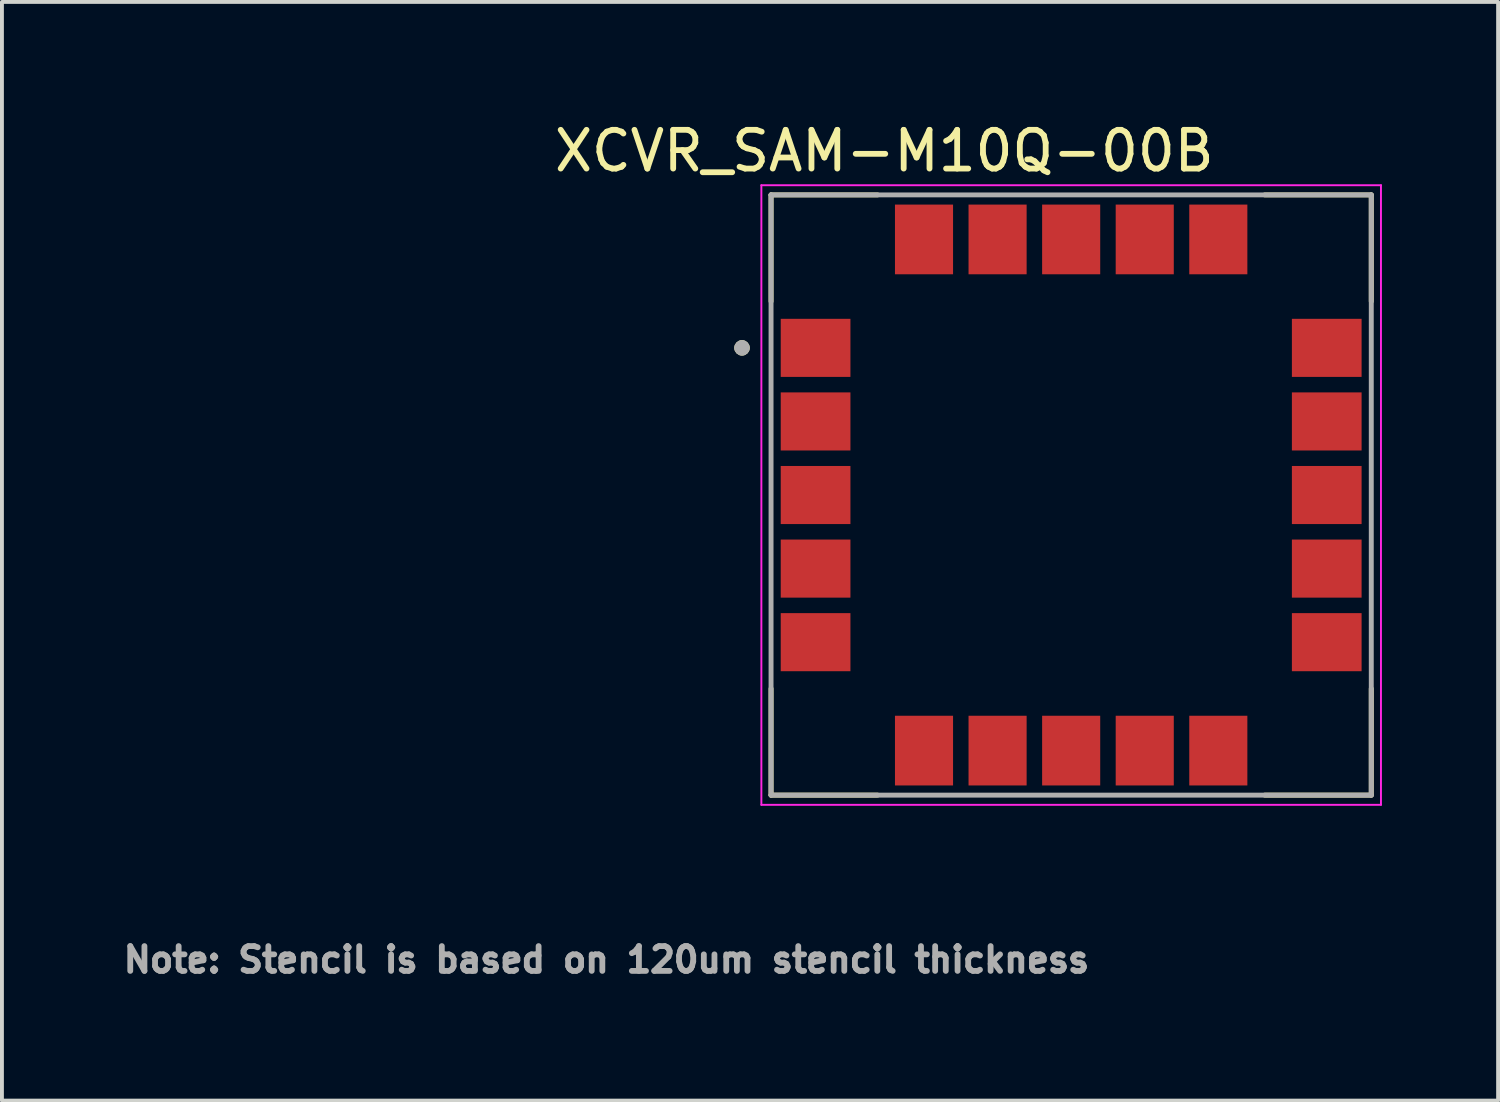
<source format=kicad_pcb>
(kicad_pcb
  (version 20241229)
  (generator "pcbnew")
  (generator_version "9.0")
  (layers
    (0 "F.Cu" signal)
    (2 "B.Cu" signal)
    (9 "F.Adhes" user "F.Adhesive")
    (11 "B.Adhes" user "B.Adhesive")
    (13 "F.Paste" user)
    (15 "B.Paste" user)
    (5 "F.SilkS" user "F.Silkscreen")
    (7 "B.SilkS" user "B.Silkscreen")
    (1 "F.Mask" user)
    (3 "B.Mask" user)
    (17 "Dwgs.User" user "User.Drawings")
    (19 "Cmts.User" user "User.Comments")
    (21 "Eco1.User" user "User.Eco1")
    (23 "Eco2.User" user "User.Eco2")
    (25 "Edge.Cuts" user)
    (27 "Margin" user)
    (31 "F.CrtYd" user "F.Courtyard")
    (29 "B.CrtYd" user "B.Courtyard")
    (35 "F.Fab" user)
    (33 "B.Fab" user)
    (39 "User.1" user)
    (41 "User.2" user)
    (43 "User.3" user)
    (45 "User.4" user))
  (footprint "XCVR_SAM-M10Q-00B"
    (layer "F.Cu")
    (at 24.611 9.733)
    (property "Reference" "XCVR_SAM-M10Q-00B" (at -4.825 -8.885 0) (layer "F.SilkS") (effects (font (size 1 1) (thickness 0.15))))
    (attr smd)
    (fp_poly (pts (xy -7.55 -4.6) (xy -5.65 -4.6) (xy -5.65 -3) (xy -7.55 -3)) (stroke (width 0.01) (type solid)) (fill yes) (layer "F.Mask"))
    (fp_poly (pts (xy -7.55 -2.7) (xy -5.65 -2.7) (xy -5.65 -1.1) (xy -7.55 -1.1)) (stroke (width 0.01) (type solid)) (fill yes) (layer "F.Mask"))
    (fp_poly (pts (xy -7.55 -0.8) (xy -5.65 -0.8) (xy -5.65 0.8) (xy -7.55 0.8)) (stroke (width 0.01) (type solid)) (fill yes) (layer "F.Mask"))
    (fp_poly (pts (xy -7.55 1.1) (xy -5.65 1.1) (xy -5.65 2.7) (xy -7.55 2.7)) (stroke (width 0.01) (type solid)) (fill yes) (layer "F.Mask"))
    (fp_poly (pts (xy -7.55 3) (xy -5.65 3) (xy -5.65 4.6) (xy -7.55 4.6)) (stroke (width 0.01) (type solid)) (fill yes) (layer "F.Mask"))
    (fp_poly (pts (xy -4.6 -7.55) (xy -3 -7.55) (xy -3 -5.65) (xy -4.6 -5.65)) (stroke (width 0.01) (type solid)) (fill yes) (layer "F.Mask"))
    (fp_poly (pts (xy -4.6 5.65) (xy -3 5.65) (xy -3 7.55) (xy -4.6 7.55)) (stroke (width 0.01) (type solid)) (fill yes) (layer "F.Mask"))
    (fp_poly (pts (xy -2.7 -7.55) (xy -1.1 -7.55) (xy -1.1 -5.65) (xy -2.7 -5.65)) (stroke (width 0.01) (type solid)) (fill yes) (layer "F.Mask"))
    (fp_poly (pts (xy -2.7 5.65) (xy -1.1 5.65) (xy -1.1 7.55) (xy -2.7 7.55)) (stroke (width 0.01) (type solid)) (fill yes) (layer "F.Mask"))
    (fp_poly (pts (xy -0.8 -7.55) (xy 0.8 -7.55) (xy 0.8 -5.65) (xy -0.8 -5.65)) (stroke (width 0.01) (type solid)) (fill yes) (layer "F.Mask"))
    (fp_poly (pts (xy -0.8 5.65) (xy 0.8 5.65) (xy 0.8 7.55) (xy -0.8 7.55)) (stroke (width 0.01) (type solid)) (fill yes) (layer "F.Mask"))
    (fp_poly (pts (xy 1.1 -7.55) (xy 2.7 -7.55) (xy 2.7 -5.65) (xy 1.1 -5.65)) (stroke (width 0.01) (type solid)) (fill yes) (layer "F.Mask"))
    (fp_poly (pts (xy 1.1 5.65) (xy 2.7 5.65) (xy 2.7 7.55) (xy 1.1 7.55)) (stroke (width 0.01) (type solid)) (fill yes) (layer "F.Mask"))
    (fp_poly (pts (xy 3 -7.55) (xy 4.6 -7.55) (xy 4.6 -5.65) (xy 3 -5.65)) (stroke (width 0.01) (type solid)) (fill yes) (layer "F.Mask"))
    (fp_poly (pts (xy 3 5.65) (xy 4.6 5.65) (xy 4.6 7.55) (xy 3 7.55)) (stroke (width 0.01) (type solid)) (fill yes) (layer "F.Mask"))
    (fp_poly (pts (xy 5.65 -4.6) (xy 7.55 -4.6) (xy 7.55 -3) (xy 5.65 -3)) (stroke (width 0.01) (type solid)) (fill yes) (layer "F.Mask"))
    (fp_poly (pts (xy 5.65 -2.7) (xy 7.55 -2.7) (xy 7.55 -1.1) (xy 5.65 -1.1)) (stroke (width 0.01) (type solid)) (fill yes) (layer "F.Mask"))
    (fp_poly (pts (xy 5.65 -0.8) (xy 7.55 -0.8) (xy 7.55 0.8) (xy 5.65 0.8)) (stroke (width 0.01) (type solid)) (fill yes) (layer "F.Mask"))
    (fp_poly (pts (xy 5.65 1.1) (xy 7.55 1.1) (xy 7.55 2.7) (xy 5.65 2.7)) (stroke (width 0.01) (type solid)) (fill yes) (layer "F.Mask"))
    (fp_poly (pts (xy 5.65 3) (xy 7.55 3) (xy 7.55 4.6) (xy 5.65 4.6)) (stroke (width 0.01) (type solid)) (fill yes) (layer "F.Mask"))
    (fp_line (start -7.75 -7.75) (end -7.75 -5) (stroke (width 0.127) (type solid)) (layer "F.SilkS"))
    (fp_line (start -7.75 -7.75) (end -5 -7.75) (stroke (width 0.127) (type solid)) (layer "F.SilkS"))
    (fp_line (start -7.75 7.75) (end -7.75 5) (stroke (width 0.127) (type solid)) (layer "F.SilkS"))
    (fp_line (start -7.75 7.75) (end -5 7.75) (stroke (width 0.127) (type solid)) (layer "F.SilkS"))
    (fp_line (start 7.75 -7.75) (end 5 -7.75) (stroke (width 0.127) (type solid)) (layer "F.SilkS"))
    (fp_line (start 7.75 -7.75) (end 7.75 -5) (stroke (width 0.127) (type solid)) (layer "F.SilkS"))
    (fp_line (start 7.75 7.75) (end 5 7.75) (stroke (width 0.127) (type solid)) (layer "F.SilkS"))
    (fp_line (start 7.75 7.75) (end 7.75 5) (stroke (width 0.127) (type solid)) (layer "F.SilkS"))
    (fp_circle (center -8.5 -3.8) (end -8.4 -3.8) (stroke (width 0.2) (type solid)) (fill no) (layer "F.SilkS"))
    (fp_poly (pts (xy -7.46 -4.52) (xy -6.74 -4.52) (xy -6.74 -3.94) (xy -7.46 -3.94)) (stroke (width 0.01) (type solid)) (fill yes) (layer "F.Paste"))
    (fp_poly (pts (xy -7.46 -3.66) (xy -6.74 -3.66) (xy -6.74 -3.08) (xy -7.46 -3.08)) (stroke (width 0.01) (type solid)) (fill yes) (layer "F.Paste"))
    (fp_poly (pts (xy -7.46 -2.62) (xy -6.74 -2.62) (xy -6.74 -2.04) (xy -7.46 -2.04)) (stroke (width 0.01) (type solid)) (fill yes) (layer "F.Paste"))
    (fp_poly (pts (xy -7.46 -1.76) (xy -6.74 -1.76) (xy -6.74 -1.18) (xy -7.46 -1.18)) (stroke (width 0.01) (type solid)) (fill yes) (layer "F.Paste"))
    (fp_poly (pts (xy -7.46 -0.72) (xy -6.74 -0.72) (xy -6.74 -0.14) (xy -7.46 -0.14)) (stroke (width 0.01) (type solid)) (fill yes) (layer "F.Paste"))
    (fp_poly (pts (xy -7.46 0.14) (xy -6.74 0.14) (xy -6.74 0.72) (xy -7.46 0.72)) (stroke (width 0.01) (type solid)) (fill yes) (layer "F.Paste"))
    (fp_poly (pts (xy -7.46 1.18) (xy -6.74 1.18) (xy -6.74 1.76) (xy -7.46 1.76)) (stroke (width 0.01) (type solid)) (fill yes) (layer "F.Paste"))
    (fp_poly (pts (xy -7.46 2.04) (xy -6.74 2.04) (xy -6.74 2.62) (xy -7.46 2.62)) (stroke (width 0.01) (type solid)) (fill yes) (layer "F.Paste"))
    (fp_poly (pts (xy -7.46 3.08) (xy -6.74 3.08) (xy -6.74 3.66) (xy -7.46 3.66)) (stroke (width 0.01) (type solid)) (fill yes) (layer "F.Paste"))
    (fp_poly (pts (xy -7.46 3.94) (xy -6.74 3.94) (xy -6.74 4.52) (xy -7.46 4.52)) (stroke (width 0.01) (type solid)) (fill yes) (layer "F.Paste"))
    (fp_poly (pts (xy -6.46 -4.52) (xy -5.74 -4.52) (xy -5.74 -3.94) (xy -6.46 -3.94)) (stroke (width 0.01) (type solid)) (fill yes) (layer "F.Paste"))
    (fp_poly (pts (xy -6.46 -3.66) (xy -5.74 -3.66) (xy -5.74 -3.08) (xy -6.46 -3.08)) (stroke (width 0.01) (type solid)) (fill yes) (layer "F.Paste"))
    (fp_poly (pts (xy -6.46 -2.62) (xy -5.74 -2.62) (xy -5.74 -2.04) (xy -6.46 -2.04)) (stroke (width 0.01) (type solid)) (fill yes) (layer "F.Paste"))
    (fp_poly (pts (xy -6.46 -1.76) (xy -5.74 -1.76) (xy -5.74 -1.18) (xy -6.46 -1.18)) (stroke (width 0.01) (type solid)) (fill yes) (layer "F.Paste"))
    (fp_poly (pts (xy -6.46 -0.72) (xy -5.74 -0.72) (xy -5.74 -0.14) (xy -6.46 -0.14)) (stroke (width 0.01) (type solid)) (fill yes) (layer "F.Paste"))
    (fp_poly (pts (xy -6.46 0.14) (xy -5.74 0.14) (xy -5.74 0.72) (xy -6.46 0.72)) (stroke (width 0.01) (type solid)) (fill yes) (layer "F.Paste"))
    (fp_poly (pts (xy -6.46 1.18) (xy -5.74 1.18) (xy -5.74 1.76) (xy -6.46 1.76)) (stroke (width 0.01) (type solid)) (fill yes) (layer "F.Paste"))
    (fp_poly (pts (xy -6.46 2.04) (xy -5.74 2.04) (xy -5.74 2.62) (xy -6.46 2.62)) (stroke (width 0.01) (type solid)) (fill yes) (layer "F.Paste"))
    (fp_poly (pts (xy -6.46 3.08) (xy -5.74 3.08) (xy -5.74 3.66) (xy -6.46 3.66)) (stroke (width 0.01) (type solid)) (fill yes) (layer "F.Paste"))
    (fp_poly (pts (xy -6.46 3.94) (xy -5.74 3.94) (xy -5.74 4.52) (xy -6.46 4.52)) (stroke (width 0.01) (type solid)) (fill yes) (layer "F.Paste"))
    (fp_poly (pts (xy -4.52 -7.46) (xy -3.94 -7.46) (xy -3.94 -6.74) (xy -4.52 -6.74)) (stroke (width 0.01) (type solid)) (fill yes) (layer "F.Paste"))
    (fp_poly (pts (xy -4.52 -6.46) (xy -3.94 -6.46) (xy -3.94 -5.74) (xy -4.52 -5.74)) (stroke (width 0.01) (type solid)) (fill yes) (layer "F.Paste"))
    (fp_poly (pts (xy -4.52 5.74) (xy -3.94 5.74) (xy -3.94 6.46) (xy -4.52 6.46)) (stroke (width 0.01) (type solid)) (fill yes) (layer "F.Paste"))
    (fp_poly (pts (xy -4.52 6.74) (xy -3.94 6.74) (xy -3.94 7.46) (xy -4.52 7.46)) (stroke (width 0.01) (type solid)) (fill yes) (layer "F.Paste"))
    (fp_poly (pts (xy -3.66 -7.46) (xy -3.08 -7.46) (xy -3.08 -6.74) (xy -3.66 -6.74)) (stroke (width 0.01) (type solid)) (fill yes) (layer "F.Paste"))
    (fp_poly (pts (xy -3.66 -6.46) (xy -3.08 -6.46) (xy -3.08 -5.74) (xy -3.66 -5.74)) (stroke (width 0.01) (type solid)) (fill yes) (layer "F.Paste"))
    (fp_poly (pts (xy -3.66 5.74) (xy -3.08 5.74) (xy -3.08 6.46) (xy -3.66 6.46)) (stroke (width 0.01) (type solid)) (fill yes) (layer "F.Paste"))
    (fp_poly (pts (xy -3.66 6.74) (xy -3.08 6.74) (xy -3.08 7.46) (xy -3.66 7.46)) (stroke (width 0.01) (type solid)) (fill yes) (layer "F.Paste"))
    (fp_poly (pts (xy -2.62 -7.46) (xy -2.04 -7.46) (xy -2.04 -6.74) (xy -2.62 -6.74)) (stroke (width 0.01) (type solid)) (fill yes) (layer "F.Paste"))
    (fp_poly (pts (xy -2.62 -6.46) (xy -2.04 -6.46) (xy -2.04 -5.74) (xy -2.62 -5.74)) (stroke (width 0.01) (type solid)) (fill yes) (layer "F.Paste"))
    (fp_poly (pts (xy -2.62 5.74) (xy -2.04 5.74) (xy -2.04 6.46) (xy -2.62 6.46)) (stroke (width 0.01) (type solid)) (fill yes) (layer "F.Paste"))
    (fp_poly (pts (xy -2.62 6.74) (xy -2.04 6.74) (xy -2.04 7.46) (xy -2.62 7.46)) (stroke (width 0.01) (type solid)) (fill yes) (layer "F.Paste"))
    (fp_poly (pts (xy -1.76 -7.46) (xy -1.18 -7.46) (xy -1.18 -6.74) (xy -1.76 -6.74)) (stroke (width 0.01) (type solid)) (fill yes) (layer "F.Paste"))
    (fp_poly (pts (xy -1.76 -6.46) (xy -1.18 -6.46) (xy -1.18 -5.74) (xy -1.76 -5.74)) (stroke (width 0.01) (type solid)) (fill yes) (layer "F.Paste"))
    (fp_poly (pts (xy -1.76 5.74) (xy -1.18 5.74) (xy -1.18 6.46) (xy -1.76 6.46)) (stroke (width 0.01) (type solid)) (fill yes) (layer "F.Paste"))
    (fp_poly (pts (xy -1.76 6.74) (xy -1.18 6.74) (xy -1.18 7.46) (xy -1.76 7.46)) (stroke (width 0.01) (type solid)) (fill yes) (layer "F.Paste"))
    (fp_poly (pts (xy -0.72 -7.46) (xy -0.14 -7.46) (xy -0.14 -6.74) (xy -0.72 -6.74)) (stroke (width 0.01) (type solid)) (fill yes) (layer "F.Paste"))
    (fp_poly (pts (xy -0.72 -6.46) (xy -0.14 -6.46) (xy -0.14 -5.74) (xy -0.72 -5.74)) (stroke (width 0.01) (type solid)) (fill yes) (layer "F.Paste"))
    (fp_poly (pts (xy -0.72 5.74) (xy -0.14 5.74) (xy -0.14 6.46) (xy -0.72 6.46)) (stroke (width 0.01) (type solid)) (fill yes) (layer "F.Paste"))
    (fp_poly (pts (xy -0.72 6.74) (xy -0.14 6.74) (xy -0.14 7.46) (xy -0.72 7.46)) (stroke (width 0.01) (type solid)) (fill yes) (layer "F.Paste"))
    (fp_poly (pts (xy 0.14 -7.46) (xy 0.72 -7.46) (xy 0.72 -6.74) (xy 0.14 -6.74)) (stroke (width 0.01) (type solid)) (fill yes) (layer "F.Paste"))
    (fp_poly (pts (xy 0.14 -6.46) (xy 0.72 -6.46) (xy 0.72 -5.74) (xy 0.14 -5.74)) (stroke (width 0.01) (type solid)) (fill yes) (layer "F.Paste"))
    (fp_poly (pts (xy 0.14 5.74) (xy 0.72 5.74) (xy 0.72 6.46) (xy 0.14 6.46)) (stroke (width 0.01) (type solid)) (fill yes) (layer "F.Paste"))
    (fp_poly (pts (xy 0.14 6.74) (xy 0.72 6.74) (xy 0.72 7.46) (xy 0.14 7.46)) (stroke (width 0.01) (type solid)) (fill yes) (layer "F.Paste"))
    (fp_poly (pts (xy 1.18 -7.46) (xy 1.76 -7.46) (xy 1.76 -6.74) (xy 1.18 -6.74)) (stroke (width 0.01) (type solid)) (fill yes) (layer "F.Paste"))
    (fp_poly (pts (xy 1.18 -6.46) (xy 1.76 -6.46) (xy 1.76 -5.74) (xy 1.18 -5.74)) (stroke (width 0.01) (type solid)) (fill yes) (layer "F.Paste"))
    (fp_poly (pts (xy 1.18 5.74) (xy 1.76 5.74) (xy 1.76 6.46) (xy 1.18 6.46)) (stroke (width 0.01) (type solid)) (fill yes) (layer "F.Paste"))
    (fp_poly (pts (xy 1.18 6.74) (xy 1.76 6.74) (xy 1.76 7.46) (xy 1.18 7.46)) (stroke (width 0.01) (type solid)) (fill yes) (layer "F.Paste"))
    (fp_poly (pts (xy 2.04 -7.46) (xy 2.62 -7.46) (xy 2.62 -6.74) (xy 2.04 -6.74)) (stroke (width 0.01) (type solid)) (fill yes) (layer "F.Paste"))
    (fp_poly (pts (xy 2.04 -6.46) (xy 2.62 -6.46) (xy 2.62 -5.74) (xy 2.04 -5.74)) (stroke (width 0.01) (type solid)) (fill yes) (layer "F.Paste"))
    (fp_poly (pts (xy 2.04 5.74) (xy 2.62 5.74) (xy 2.62 6.46) (xy 2.04 6.46)) (stroke (width 0.01) (type solid)) (fill yes) (layer "F.Paste"))
    (fp_poly (pts (xy 2.04 6.74) (xy 2.62 6.74) (xy 2.62 7.46) (xy 2.04 7.46)) (stroke (width 0.01) (type solid)) (fill yes) (layer "F.Paste"))
    (fp_poly (pts (xy 3.08 -7.46) (xy 3.66 -7.46) (xy 3.66 -6.74) (xy 3.08 -6.74)) (stroke (width 0.01) (type solid)) (fill yes) (layer "F.Paste"))
    (fp_poly (pts (xy 3.08 -6.46) (xy 3.66 -6.46) (xy 3.66 -5.74) (xy 3.08 -5.74)) (stroke (width 0.01) (type solid)) (fill yes) (layer "F.Paste"))
    (fp_poly (pts (xy 3.08 5.74) (xy 3.66 5.74) (xy 3.66 6.46) (xy 3.08 6.46)) (stroke (width 0.01) (type solid)) (fill yes) (layer "F.Paste"))
    (fp_poly (pts (xy 3.08 6.74) (xy 3.66 6.74) (xy 3.66 7.46) (xy 3.08 7.46)) (stroke (width 0.01) (type solid)) (fill yes) (layer "F.Paste"))
    (fp_poly (pts (xy 3.94 -7.46) (xy 4.52 -7.46) (xy 4.52 -6.74) (xy 3.94 -6.74)) (stroke (width 0.01) (type solid)) (fill yes) (layer "F.Paste"))
    (fp_poly (pts (xy 3.94 -6.46) (xy 4.52 -6.46) (xy 4.52 -5.74) (xy 3.94 -5.74)) (stroke (width 0.01) (type solid)) (fill yes) (layer "F.Paste"))
    (fp_poly (pts (xy 3.94 5.74) (xy 4.52 5.74) (xy 4.52 6.46) (xy 3.94 6.46)) (stroke (width 0.01) (type solid)) (fill yes) (layer "F.Paste"))
    (fp_poly (pts (xy 3.94 6.74) (xy 4.52 6.74) (xy 4.52 7.46) (xy 3.94 7.46)) (stroke (width 0.01) (type solid)) (fill yes) (layer "F.Paste"))
    (fp_poly (pts (xy 5.74 -4.52) (xy 6.46 -4.52) (xy 6.46 -3.94) (xy 5.74 -3.94)) (stroke (width 0.01) (type solid)) (fill yes) (layer "F.Paste"))
    (fp_poly (pts (xy 5.74 -3.66) (xy 6.46 -3.66) (xy 6.46 -3.08) (xy 5.74 -3.08)) (stroke (width 0.01) (type solid)) (fill yes) (layer "F.Paste"))
    (fp_poly (pts (xy 5.74 -2.62) (xy 6.46 -2.62) (xy 6.46 -2.04) (xy 5.74 -2.04)) (stroke (width 0.01) (type solid)) (fill yes) (layer "F.Paste"))
    (fp_poly (pts (xy 5.74 -1.76) (xy 6.46 -1.76) (xy 6.46 -1.18) (xy 5.74 -1.18)) (stroke (width 0.01) (type solid)) (fill yes) (layer "F.Paste"))
    (fp_poly (pts (xy 5.74 -0.72) (xy 6.46 -0.72) (xy 6.46 -0.14) (xy 5.74 -0.14)) (stroke (width 0.01) (type solid)) (fill yes) (layer "F.Paste"))
    (fp_poly (pts (xy 5.74 0.14) (xy 6.46 0.14) (xy 6.46 0.72) (xy 5.74 0.72)) (stroke (width 0.01) (type solid)) (fill yes) (layer "F.Paste"))
    (fp_poly (pts (xy 5.74 1.18) (xy 6.46 1.18) (xy 6.46 1.76) (xy 5.74 1.76)) (stroke (width 0.01) (type solid)) (fill yes) (layer "F.Paste"))
    (fp_poly (pts (xy 5.74 2.04) (xy 6.46 2.04) (xy 6.46 2.62) (xy 5.74 2.62)) (stroke (width 0.01) (type solid)) (fill yes) (layer "F.Paste"))
    (fp_poly (pts (xy 5.74 3.08) (xy 6.46 3.08) (xy 6.46 3.66) (xy 5.74 3.66)) (stroke (width 0.01) (type solid)) (fill yes) (layer "F.Paste"))
    (fp_poly (pts (xy 5.74 3.94) (xy 6.46 3.94) (xy 6.46 4.52) (xy 5.74 4.52)) (stroke (width 0.01) (type solid)) (fill yes) (layer "F.Paste"))
    (fp_poly (pts (xy 6.74 -4.52) (xy 7.46 -4.52) (xy 7.46 -3.94) (xy 6.74 -3.94)) (stroke (width 0.01) (type solid)) (fill yes) (layer "F.Paste"))
    (fp_poly (pts (xy 6.74 -3.66) (xy 7.46 -3.66) (xy 7.46 -3.08) (xy 6.74 -3.08)) (stroke (width 0.01) (type solid)) (fill yes) (layer "F.Paste"))
    (fp_poly (pts (xy 6.74 -2.62) (xy 7.46 -2.62) (xy 7.46 -2.04) (xy 6.74 -2.04)) (stroke (width 0.01) (type solid)) (fill yes) (layer "F.Paste"))
    (fp_poly (pts (xy 6.74 -1.76) (xy 7.46 -1.76) (xy 7.46 -1.18) (xy 6.74 -1.18)) (stroke (width 0.01) (type solid)) (fill yes) (layer "F.Paste"))
    (fp_poly (pts (xy 6.74 -0.72) (xy 7.46 -0.72) (xy 7.46 -0.14) (xy 6.74 -0.14)) (stroke (width 0.01) (type solid)) (fill yes) (layer "F.Paste"))
    (fp_poly (pts (xy 6.74 0.14) (xy 7.46 0.14) (xy 7.46 0.72) (xy 6.74 0.72)) (stroke (width 0.01) (type solid)) (fill yes) (layer "F.Paste"))
    (fp_poly (pts (xy 6.74 1.18) (xy 7.46 1.18) (xy 7.46 1.76) (xy 6.74 1.76)) (stroke (width 0.01) (type solid)) (fill yes) (layer "F.Paste"))
    (fp_poly (pts (xy 6.74 2.04) (xy 7.46 2.04) (xy 7.46 2.62) (xy 6.74 2.62)) (stroke (width 0.01) (type solid)) (fill yes) (layer "F.Paste"))
    (fp_poly (pts (xy 6.74 3.08) (xy 7.46 3.08) (xy 7.46 3.66) (xy 6.74 3.66)) (stroke (width 0.01) (type solid)) (fill yes) (layer "F.Paste"))
    (fp_poly (pts (xy 6.74 3.94) (xy 7.46 3.94) (xy 7.46 4.52) (xy 6.74 4.52)) (stroke (width 0.01) (type solid)) (fill yes) (layer "F.Paste"))
    (fp_line (start -8 -8) (end 8 -8) (stroke (width 0.05) (type solid)) (layer "F.CrtYd"))
    (fp_line (start -8 8) (end -8 -8) (stroke (width 0.05) (type solid)) (layer "F.CrtYd"))
    (fp_line (start 8 -8) (end 8 8) (stroke (width 0.05) (type solid)) (layer "F.CrtYd"))
    (fp_line (start 8 8) (end -8 8) (stroke (width 0.05) (type solid)) (layer "F.CrtYd"))
    (fp_line (start -7.75 -7.75) (end 7.75 -7.75) (stroke (width 0.127) (type solid)) (layer "F.Fab"))
    (fp_line (start -7.75 7.75) (end -7.75 -7.75) (stroke (width 0.127) (type solid)) (layer "F.Fab"))
    (fp_line (start 7.75 -7.75) (end 7.75 7.75) (stroke (width 0.127) (type solid)) (layer "F.Fab"))
    (fp_line (start 7.75 7.75) (end -7.75 7.75) (stroke (width 0.127) (type solid)) (layer "F.Fab"))
    (fp_circle (center -8.5 -3.8) (end -8.4 -3.8) (stroke (width 0.2) (type solid)) (fill no) (layer "F.Fab"))
    (fp_text user "Note: Stencil is based on 120um stencil thickness" (at -12 12 0) (layer "F.Fab") (effects (font (size 0.64 0.64) (thickness 0.15))))
    (pad "1" smd rect (at -6.6 -3.8) (size 1.8 1.5) (layers "F.Cu"))
    (pad "2" smd rect (at -6.6 -1.9) (size 1.8 1.5) (layers "F.Cu"))
    (pad "3" smd rect (at -6.6 0) (size 1.8 1.5) (layers "F.Cu"))
    (pad "4" smd rect (at -6.6 1.9) (size 1.8 1.5) (layers "F.Cu"))
    (pad "5" smd rect (at -6.6 3.8) (size 1.8 1.5) (layers "F.Cu"))
    (pad "6" smd rect (at -3.8 6.6) (size 1.5 1.8) (layers "F.Cu"))
    (pad "7" smd rect (at -1.9 6.6) (size 1.5 1.8) (layers "F.Cu"))
    (pad "8" smd rect (at 0 6.6) (size 1.5 1.8) (layers "F.Cu"))
    (pad "9" smd rect (at 1.9 6.6) (size 1.5 1.8) (layers "F.Cu"))
    (pad "10" smd rect (at 3.8 6.6) (size 1.5 1.8) (layers "F.Cu"))
    (pad "11" smd rect (at 6.6 3.8) (size 1.8 1.5) (layers "F.Cu"))
    (pad "12" smd rect (at 6.6 1.9) (size 1.8 1.5) (layers "F.Cu"))
    (pad "13" smd rect (at 6.6 0) (size 1.8 1.5) (layers "F.Cu"))
    (pad "14" smd rect (at 6.6 -1.9) (size 1.8 1.5) (layers "F.Cu"))
    (pad "15" smd rect (at 6.6 -3.8) (size 1.8 1.5) (layers "F.Cu"))
    (pad "16" smd rect (at 3.8 -6.6) (size 1.5 1.8) (layers "F.Cu"))
    (pad "17" smd rect (at 1.9 -6.6) (size 1.5 1.8) (layers "F.Cu"))
    (pad "18" smd rect (at 0 -6.6) (size 1.5 1.8) (layers "F.Cu"))
    (pad "19" smd rect (at -1.9 -6.6) (size 1.5 1.8) (layers "F.Cu"))
    (pad "20" smd rect (at -3.8 -6.6) (size 1.5 1.8) (layers "F.Cu")))
  (gr_rect
    (start -3 -3)
    (end 35.636 25.371)
    (stroke (width 0.1) (type default))
    (fill no)
    (layer "Edge.Cuts")))
</source>
